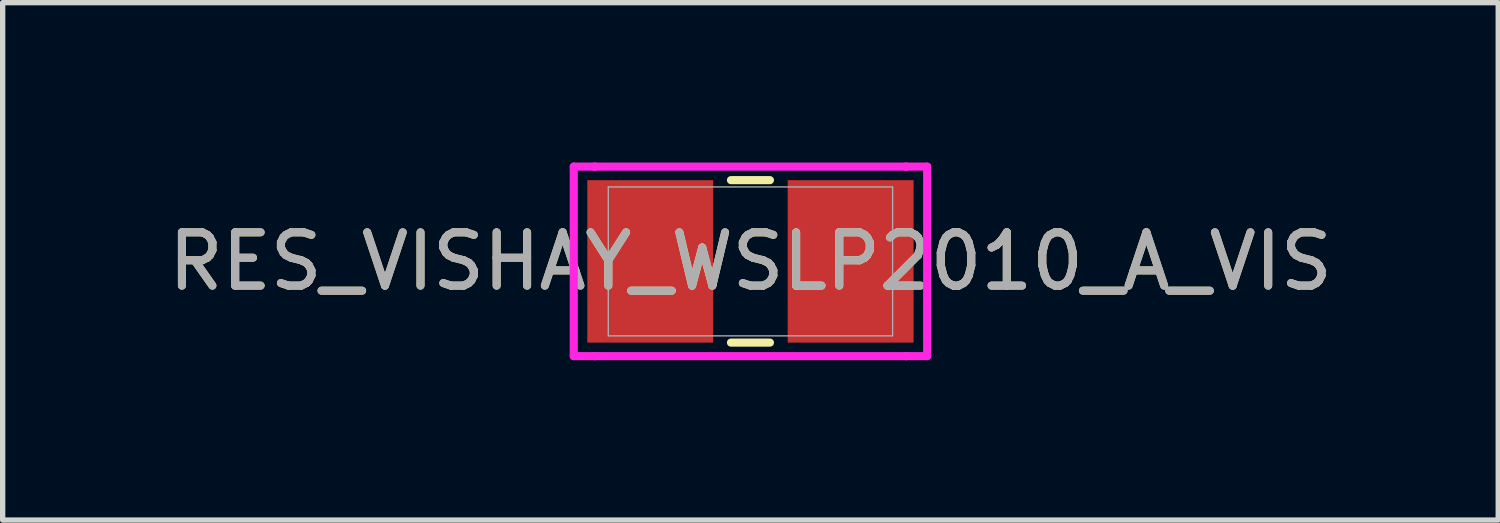
<source format=kicad_pcb>
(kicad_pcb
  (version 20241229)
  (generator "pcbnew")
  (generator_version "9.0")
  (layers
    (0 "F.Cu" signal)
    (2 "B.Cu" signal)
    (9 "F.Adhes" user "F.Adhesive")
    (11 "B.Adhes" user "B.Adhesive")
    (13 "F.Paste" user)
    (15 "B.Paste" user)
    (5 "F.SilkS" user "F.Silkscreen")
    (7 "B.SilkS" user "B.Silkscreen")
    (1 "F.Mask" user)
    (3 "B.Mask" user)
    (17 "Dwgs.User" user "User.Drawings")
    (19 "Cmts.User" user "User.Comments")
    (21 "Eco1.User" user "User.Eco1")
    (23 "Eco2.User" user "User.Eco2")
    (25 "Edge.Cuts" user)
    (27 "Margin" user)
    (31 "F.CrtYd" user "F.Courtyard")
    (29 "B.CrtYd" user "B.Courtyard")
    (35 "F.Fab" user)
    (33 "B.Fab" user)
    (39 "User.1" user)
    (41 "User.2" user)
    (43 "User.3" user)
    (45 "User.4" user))
  (footprint "RES_VISHAY_WSLP2010_A_VIS"
    (layer "F.Cu")
    (at 11.03 1.854)
    (property "Reference" "RES_VISHAY_WSLP2010_A_VIS" (at 0 0 0) (unlocked yes) (layer "F.SilkS") (effects (font (size 1 1) (thickness 0.15))))
    (attr smd)
    (fp_line (start -0.366 1.524) (end 0.366 1.524) (stroke (width 0.152) (type solid)) (layer "F.SilkS"))
    (fp_line (start 0.366 -1.524) (end -0.366 -1.524) (stroke (width 0.152) (type solid)) (layer "F.SilkS"))
    (fp_line (start -3.315 -1.778) (end -2.921 -1.778) (stroke (width 0.152) (type solid)) (layer "F.CrtYd"))
    (fp_line (start -3.315 1.778) (end -3.315 -1.778) (stroke (width 0.152) (type solid)) (layer "F.CrtYd"))
    (fp_line (start -2.921 -1.778) (end -2.921 -1.778) (stroke (width 0.152) (type solid)) (layer "F.CrtYd"))
    (fp_line (start -2.921 -1.778) (end 2.921 -1.778) (stroke (width 0.152) (type solid)) (layer "F.CrtYd"))
    (fp_line (start -2.921 1.778) (end -3.315 1.778) (stroke (width 0.152) (type solid)) (layer "F.CrtYd"))
    (fp_line (start -2.921 1.778) (end -2.921 1.778) (stroke (width 0.152) (type solid)) (layer "F.CrtYd"))
    (fp_line (start 2.921 -1.778) (end 2.921 -1.778) (stroke (width 0.152) (type solid)) (layer "F.CrtYd"))
    (fp_line (start 2.921 -1.778) (end 3.315 -1.778) (stroke (width 0.152) (type solid)) (layer "F.CrtYd"))
    (fp_line (start 2.921 1.778) (end -2.921 1.778) (stroke (width 0.152) (type solid)) (layer "F.CrtYd"))
    (fp_line (start 2.921 1.778) (end 2.921 1.778) (stroke (width 0.152) (type solid)) (layer "F.CrtYd"))
    (fp_line (start 3.315 -1.778) (end 3.315 1.778) (stroke (width 0.152) (type solid)) (layer "F.CrtYd"))
    (fp_line (start 3.315 1.778) (end 2.921 1.778) (stroke (width 0.152) (type solid)) (layer "F.CrtYd"))
    (fp_line (start -2.667 -1.397) (end -2.667 1.397) (stroke (width 0.025) (type solid)) (layer "F.Fab"))
    (fp_line (start -2.667 1.397) (end 2.667 1.397) (stroke (width 0.025) (type solid)) (layer "F.Fab"))
    (fp_line (start 2.667 -1.397) (end -2.667 -1.397) (stroke (width 0.025) (type solid)) (layer "F.Fab"))
    (fp_line (start 2.667 1.397) (end 2.667 -1.397) (stroke (width 0.025) (type solid)) (layer "F.Fab"))
    (fp_text user "${REFERENCE}" (at 0 0 0) (unlocked yes) (layer "F.Fab") (effects (font (size 1 1) (thickness 0.15))))
    (pad "1" smd rect (at -1.88 0) (size 2.362 3.048) (layers "F.Cu" "F.Mask" "F.Paste"))
    (pad "2" smd rect (at 1.88 0) (size 2.362 3.048) (layers "F.Cu" "F.Mask" "F.Paste"))
    (zone (net_name "") (layer "F.Cu") (hatch full 0.508) (connect_pads) (min_thickness 0.254) (filled_areas_thickness no) (keepout (tracks not_allowed) (vias not_allowed) (pads allowed) (copperpour not_allowed) (footprints allowed)) (placement (enabled no)) (fill) (polygon (pts (xy 10.382 0.381) (xy 11.677 0.381) (xy 11.677 3.327) (xy 10.382 3.327)))))
  (gr_rect
    (start -3 -3)
    (end 25.06 6.708)
    (stroke (width 0.1) (type default))
    (fill no)
    (layer "Edge.Cuts")))
</source>
